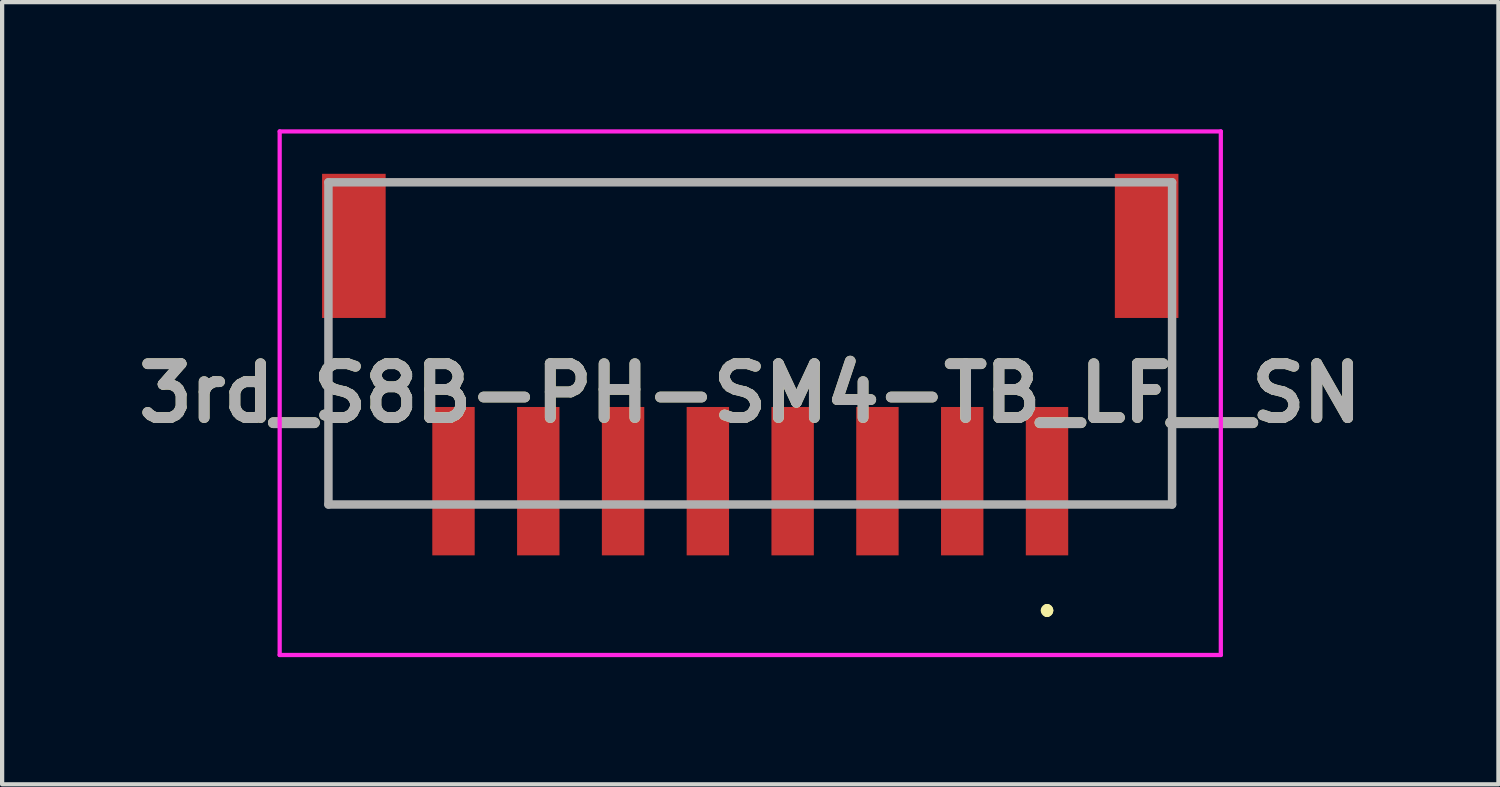
<source format=kicad_pcb>
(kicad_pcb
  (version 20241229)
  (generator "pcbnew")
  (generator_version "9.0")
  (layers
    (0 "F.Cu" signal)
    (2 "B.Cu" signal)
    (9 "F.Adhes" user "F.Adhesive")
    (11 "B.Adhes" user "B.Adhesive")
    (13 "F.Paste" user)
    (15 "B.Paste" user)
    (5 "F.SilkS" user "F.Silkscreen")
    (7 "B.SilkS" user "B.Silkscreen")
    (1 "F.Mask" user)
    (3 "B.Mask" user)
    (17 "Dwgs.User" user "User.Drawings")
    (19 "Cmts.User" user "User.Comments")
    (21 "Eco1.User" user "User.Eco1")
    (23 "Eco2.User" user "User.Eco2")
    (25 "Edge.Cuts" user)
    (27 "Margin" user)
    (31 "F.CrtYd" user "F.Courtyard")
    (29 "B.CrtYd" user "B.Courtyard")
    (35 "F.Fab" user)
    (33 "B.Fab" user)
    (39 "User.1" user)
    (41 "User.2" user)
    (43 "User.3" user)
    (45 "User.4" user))
  (footprint "3rd_S8B-PH-SM4-TB_LF__SN"
    (layer "F.Cu")
    (at 14.647 5.05)
    (property "Reference" "3rd_S8B-PH-SM4-TB_LF__SN" (at 0 1.175 0) (layer "F.SilkS") (effects (font (size 1.27 1.27) (thickness 0.254))))
    (attr smd)
    (fp_line (start -9.95 0) (end -9.95 0) (stroke (width 0.1) (type solid)) (layer "F.SilkS"))
    (fp_line (start -9.95 0) (end -9.95 3.8) (stroke (width 0.1) (type solid)) (layer "F.SilkS"))
    (fp_line (start -9.95 3.8) (end -9.95 0) (stroke (width 0.1) (type solid)) (layer "F.SilkS"))
    (fp_line (start -9.95 3.8) (end -9.95 3.8) (stroke (width 0.1) (type solid)) (layer "F.SilkS"))
    (fp_line (start -9.95 3.8) (end -9.95 3.8) (stroke (width 0.1) (type solid)) (layer "F.SilkS"))
    (fp_line (start -9.95 3.8) (end -8.25 3.8) (stroke (width 0.1) (type solid)) (layer "F.SilkS"))
    (fp_line (start -8.25 3.8) (end -9.95 3.8) (stroke (width 0.1) (type solid)) (layer "F.SilkS"))
    (fp_line (start -8.25 3.8) (end -8.25 3.8) (stroke (width 0.1) (type solid)) (layer "F.SilkS"))
    (fp_line (start -8 -3.8) (end -8 -3.8) (stroke (width 0.1) (type solid)) (layer "F.SilkS"))
    (fp_line (start -8 -3.8) (end 8 -3.8) (stroke (width 0.1) (type solid)) (layer "F.SilkS"))
    (fp_line (start 7 6.25) (end 7 6.25) (stroke (width 0.2) (type solid)) (layer "F.SilkS"))
    (fp_line (start 7 6.35) (end 7 6.35) (stroke (width 0.2) (type solid)) (layer "F.SilkS"))
    (fp_line (start 7 6.35) (end 7 6.35) (stroke (width 0.2) (type solid)) (layer "F.SilkS"))
    (fp_line (start 8 -3.8) (end -8 -3.8) (stroke (width 0.1) (type solid)) (layer "F.SilkS"))
    (fp_line (start 8 -3.8) (end 8 -3.8) (stroke (width 0.1) (type solid)) (layer "F.SilkS"))
    (fp_line (start 8.25 3.8) (end 8.25 3.8) (stroke (width 0.1) (type solid)) (layer "F.SilkS"))
    (fp_line (start 8.25 3.8) (end 9.95 3.8) (stroke (width 0.1) (type solid)) (layer "F.SilkS"))
    (fp_line (start 9.95 0) (end 9.95 0) (stroke (width 0.1) (type solid)) (layer "F.SilkS"))
    (fp_line (start 9.95 0) (end 9.95 3.75) (stroke (width 0.1) (type solid)) (layer "F.SilkS"))
    (fp_line (start 9.95 3.75) (end 9.95 0) (stroke (width 0.1) (type solid)) (layer "F.SilkS"))
    (fp_line (start 9.95 3.75) (end 9.95 3.75) (stroke (width 0.1) (type solid)) (layer "F.SilkS"))
    (fp_line (start 9.95 3.8) (end 8.25 3.8) (stroke (width 0.1) (type solid)) (layer "F.SilkS"))
    (fp_line (start 9.95 3.8) (end 9.95 3.8) (stroke (width 0.1) (type solid)) (layer "F.SilkS"))
    (fp_arc (start 7 6.25) (mid 7.05 6.3) (end 7 6.35) (stroke (width 0.2) (type solid)) (layer "F.SilkS"))
    (fp_arc (start 7 6.25) (mid 7.05 6.3) (end 7 6.35) (stroke (width 0.2) (type solid)) (layer "F.SilkS"))
    (fp_arc (start 7 6.35) (mid 6.95 6.3) (end 7 6.25) (stroke (width 0.2) (type solid)) (layer "F.SilkS"))
    (fp_line (start -11.1 -5) (end 11.1 -5) (stroke (width 0.1) (type solid)) (layer "F.CrtYd"))
    (fp_line (start -11.1 7.35) (end -11.1 -5) (stroke (width 0.1) (type solid)) (layer "F.CrtYd"))
    (fp_line (start 11.1 -5) (end 11.1 7.35) (stroke (width 0.1) (type solid)) (layer "F.CrtYd"))
    (fp_line (start 11.1 7.35) (end -11.1 7.35) (stroke (width 0.1) (type solid)) (layer "F.CrtYd"))
    (fp_line (start -9.95 -3.8) (end -9.95 3.8) (stroke (width 0.2) (type solid)) (layer "F.Fab"))
    (fp_line (start -9.95 3.8) (end 9.95 3.8) (stroke (width 0.2) (type solid)) (layer "F.Fab"))
    (fp_line (start 9.95 -3.8) (end -9.95 -3.8) (stroke (width 0.2) (type solid)) (layer "F.Fab"))
    (fp_line (start 9.95 3.8) (end 9.95 -3.8) (stroke (width 0.2) (type solid)) (layer "F.Fab"))
    (fp_text user "${REFERENCE}" (at 0 1.175 0) (layer "F.Fab") (effects (font (size 1.27 1.27) (thickness 0.254))))
    (pad "1" smd rect (at 7 3.25) (size 1 3.5) (layers "F.Cu" "F.Mask" "F.Paste"))
    (pad "2" smd rect (at 5 3.25) (size 1 3.5) (layers "F.Cu" "F.Mask" "F.Paste"))
    (pad "3" smd rect (at 3 3.25) (size 1 3.5) (layers "F.Cu" "F.Mask" "F.Paste"))
    (pad "4" smd rect (at 1 3.25) (size 1 3.5) (layers "F.Cu" "F.Mask" "F.Paste"))
    (pad "5" smd rect (at -1 3.25) (size 1 3.5) (layers "F.Cu" "F.Mask" "F.Paste"))
    (pad "6" smd rect (at -3 3.25) (size 1 3.5) (layers "F.Cu" "F.Mask" "F.Paste"))
    (pad "7" smd rect (at -5 3.25) (size 1 3.5) (layers "F.Cu" "F.Mask" "F.Paste"))
    (pad "8" smd rect (at -7 3.25) (size 1 3.5) (layers "F.Cu" "F.Mask" "F.Paste"))
    (pad "MP1" smd rect (at 9.35 -2.3) (size 1.5 3.4) (layers "F.Cu" "F.Mask" "F.Paste"))
    (pad "MP2" smd rect (at -9.35 -2.3) (size 1.5 3.4) (layers "F.Cu" "F.Mask" "F.Paste")))
  (gr_rect
    (start -3 -3)
    (end 32.295 15.45)
    (stroke (width 0.1) (type default))
    (fill no)
    (layer "Edge.Cuts")))
</source>
